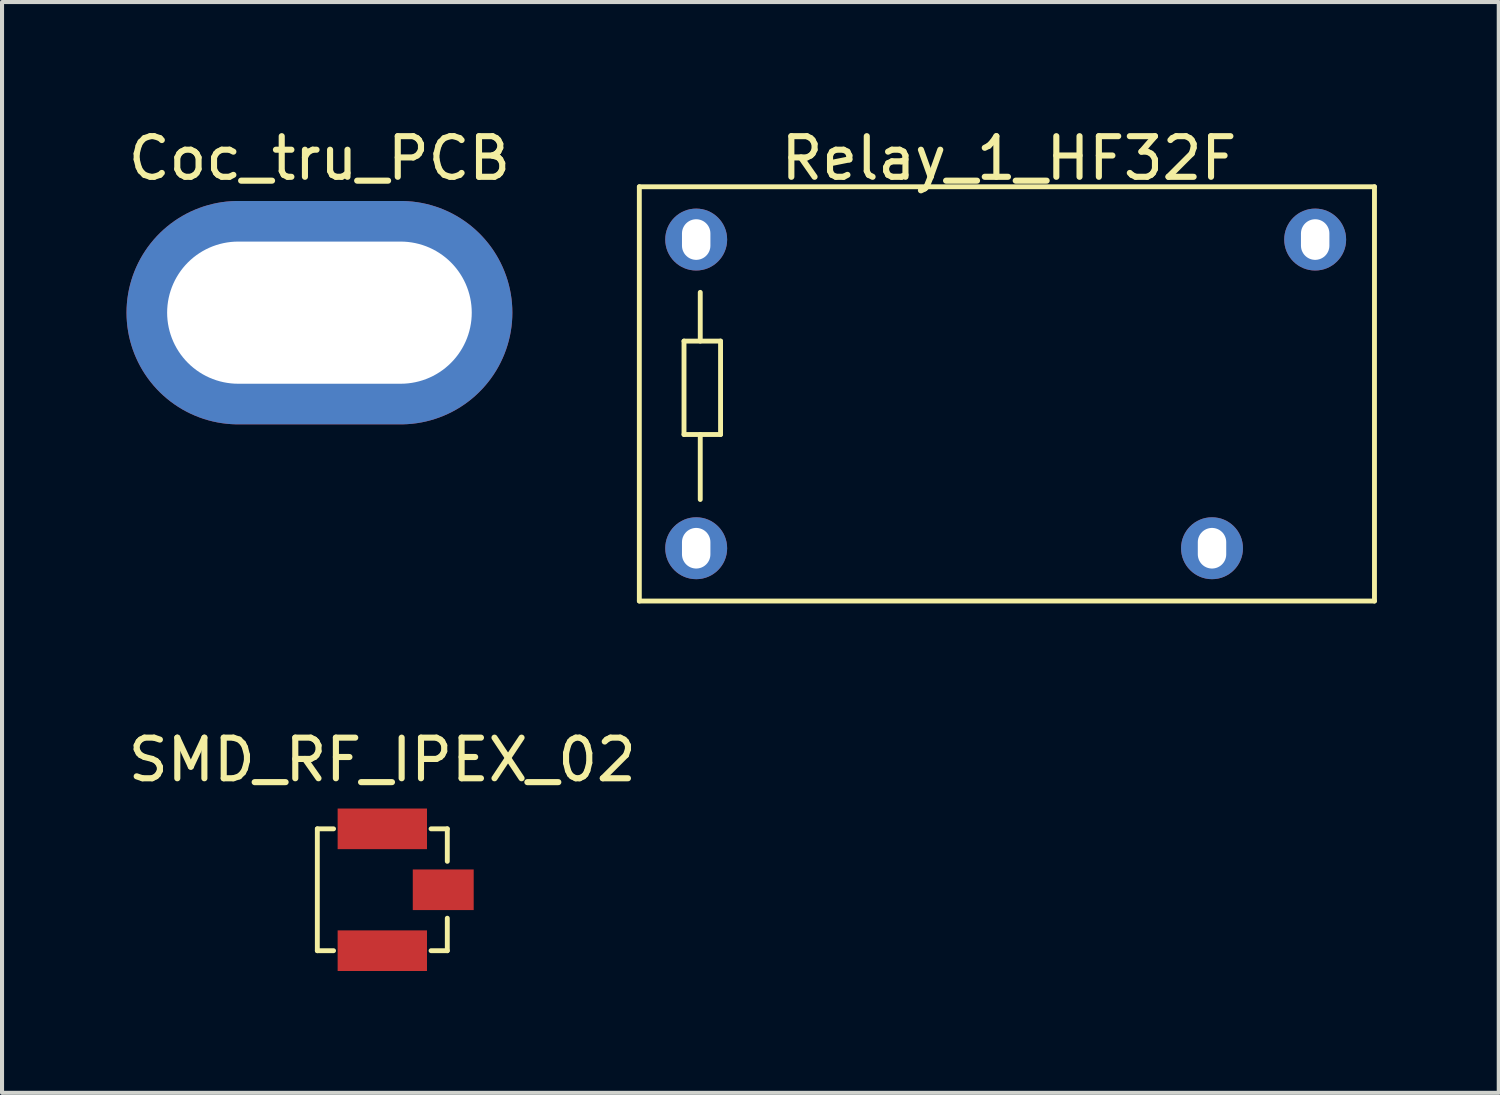
<source format=kicad_pcb>
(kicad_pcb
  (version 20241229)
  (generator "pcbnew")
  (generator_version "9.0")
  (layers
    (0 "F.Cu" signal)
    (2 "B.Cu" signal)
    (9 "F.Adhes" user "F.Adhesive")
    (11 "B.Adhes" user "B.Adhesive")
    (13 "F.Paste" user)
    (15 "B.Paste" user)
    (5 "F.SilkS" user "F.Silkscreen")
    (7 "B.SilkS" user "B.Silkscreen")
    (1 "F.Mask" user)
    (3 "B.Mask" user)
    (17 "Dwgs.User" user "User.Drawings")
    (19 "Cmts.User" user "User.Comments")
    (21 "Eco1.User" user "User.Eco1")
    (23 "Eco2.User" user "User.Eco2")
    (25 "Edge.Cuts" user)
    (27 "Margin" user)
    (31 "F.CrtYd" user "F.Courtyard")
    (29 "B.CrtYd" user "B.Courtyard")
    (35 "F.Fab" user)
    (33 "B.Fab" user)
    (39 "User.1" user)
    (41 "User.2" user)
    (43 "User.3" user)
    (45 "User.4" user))
  (footprint "SMD_RF_IPEX_02"
    (layer "F.Cu")
    (at 6.363 20.357)
    (property "Reference" "SMD_RF_IPEX_02" (at 0 -4.7 0) (layer "F.SilkS") (effects (font (size 1 1) (thickness 0.15))))
    (attr through_hole)
    (fp_line (start -1.6 -3) (end -1.6 0) (stroke (width 0.12) (type solid)) (layer "F.SilkS"))
    (fp_line (start -1.6 0) (end -1.2 0) (stroke (width 0.12) (type solid)) (layer "F.SilkS"))
    (fp_line (start -1.2 -3) (end -1.6 -3) (stroke (width 0.12) (type solid)) (layer "F.SilkS"))
    (fp_line (start 1.2 -3) (end 1.6 -3) (stroke (width 0.12) (type solid)) (layer "F.SilkS"))
    (fp_line (start 1.6 -3) (end 1.6 -2.2) (stroke (width 0.12) (type solid)) (layer "F.SilkS"))
    (fp_line (start 1.6 -0.8) (end 1.6 0) (stroke (width 0.12) (type solid)) (layer "F.SilkS"))
    (fp_line (start 1.6 0) (end 1.2 0) (stroke (width 0.12) (type solid)) (layer "F.SilkS"))
    (pad "1" smd rect (at 1.5 -1.5) (size 1.5 1) (layers "F.Cu" "F.Mask" "F.Paste"))
    (pad "2" smd rect (at 0 -3) (size 2.2 1) (layers "F.Cu" "F.Mask" "F.Paste"))
    (pad "2" smd rect (at 0 0) (size 2.2 1) (layers "F.Cu" "F.Mask" "F.Paste")))
  (footprint "Relay_1_HF32F"
    (layer "F.Cu")
    (at 14.091 10.448)
    (property "Reference" "Relay_1_HF32F" (at 7.7 -9.6 0) (layer "F.SilkS") (effects (font (size 1 1) (thickness 0.15))))
    (attr through_hole)
    (fp_line (start -1.4 -8.9) (end -1.4 1.3) (stroke (width 0.12) (type solid)) (layer "F.SilkS"))
    (fp_line (start -1.4 -8.9) (end 16.7 -8.9) (stroke (width 0.12) (type solid)) (layer "F.SilkS"))
    (fp_line (start -1.4 1.3) (end 16.7 1.3) (stroke (width 0.12) (type solid)) (layer "F.SilkS"))
    (fp_line (start -0.3 -5.1) (end -0.3 -2.8) (stroke (width 0.12) (type solid)) (layer "F.SilkS"))
    (fp_line (start -0.3 -2.8) (end 0.6 -2.8) (stroke (width 0.12) (type solid)) (layer "F.SilkS"))
    (fp_line (start 0.1 -5.1) (end 0.1 -6.3) (stroke (width 0.12) (type solid)) (layer "F.SilkS"))
    (fp_line (start 0.1 -2.8) (end 0.1 -1.2) (stroke (width 0.12) (type solid)) (layer "F.SilkS"))
    (fp_line (start 0.6 -5.1) (end -0.3 -5.1) (stroke (width 0.12) (type solid)) (layer "F.SilkS"))
    (fp_line (start 0.6 -2.8) (end 0.6 -5.1) (stroke (width 0.12) (type solid)) (layer "F.SilkS"))
    (fp_line (start 16.7 1.3) (end 16.7 -8.9) (stroke (width 0.12) (type solid)) (layer "F.SilkS"))
    (pad "1" thru_hole circle (at 0 0) (size 1.524 1.524) (drill oval 0.7 1) (layers "*.Cu" "*.Mask"))
    (pad "2" thru_hole circle (at 0 -7.6) (size 1.524 1.524) (drill oval 0.7 1) (layers "*.Cu" "*.Mask"))
    (pad "3" thru_hole circle (at 12.7 0) (size 1.524 1.524) (drill oval 0.7 1) (layers "*.Cu" "*.Mask"))
    (pad "4" thru_hole circle (at 15.24 -7.6) (size 1.524 1.524) (drill oval 0.7 1) (layers "*.Cu" "*.Mask")))
  (footprint "Coc_tru_PCB"
    (layer "F.Cu")
    (at 4.815 4.648)
    (property "Reference" "Coc_tru_PCB" (at 0 -3.8 0) (layer "F.SilkS") (effects (font (size 1 1) (thickness 0.15))))
    (attr through_hole)
    (fp_circle (center 2.8 0) (end 2.4 -0.6) (stroke (width 0.12) (type solid)) (fill no) (layer "F.SilkS"))
    (pad "1" thru_hole oval (at 0 0) (size 9.5 5.5) (drill oval 7.5 3.5) (layers "*.Cu" "*.Mask")))
  (gr_rect
    (start -3 -3)
    (end 33.851 23.857)
    (stroke (width 0.1) (type default))
    (fill no)
    (layer "Edge.Cuts")))
</source>
